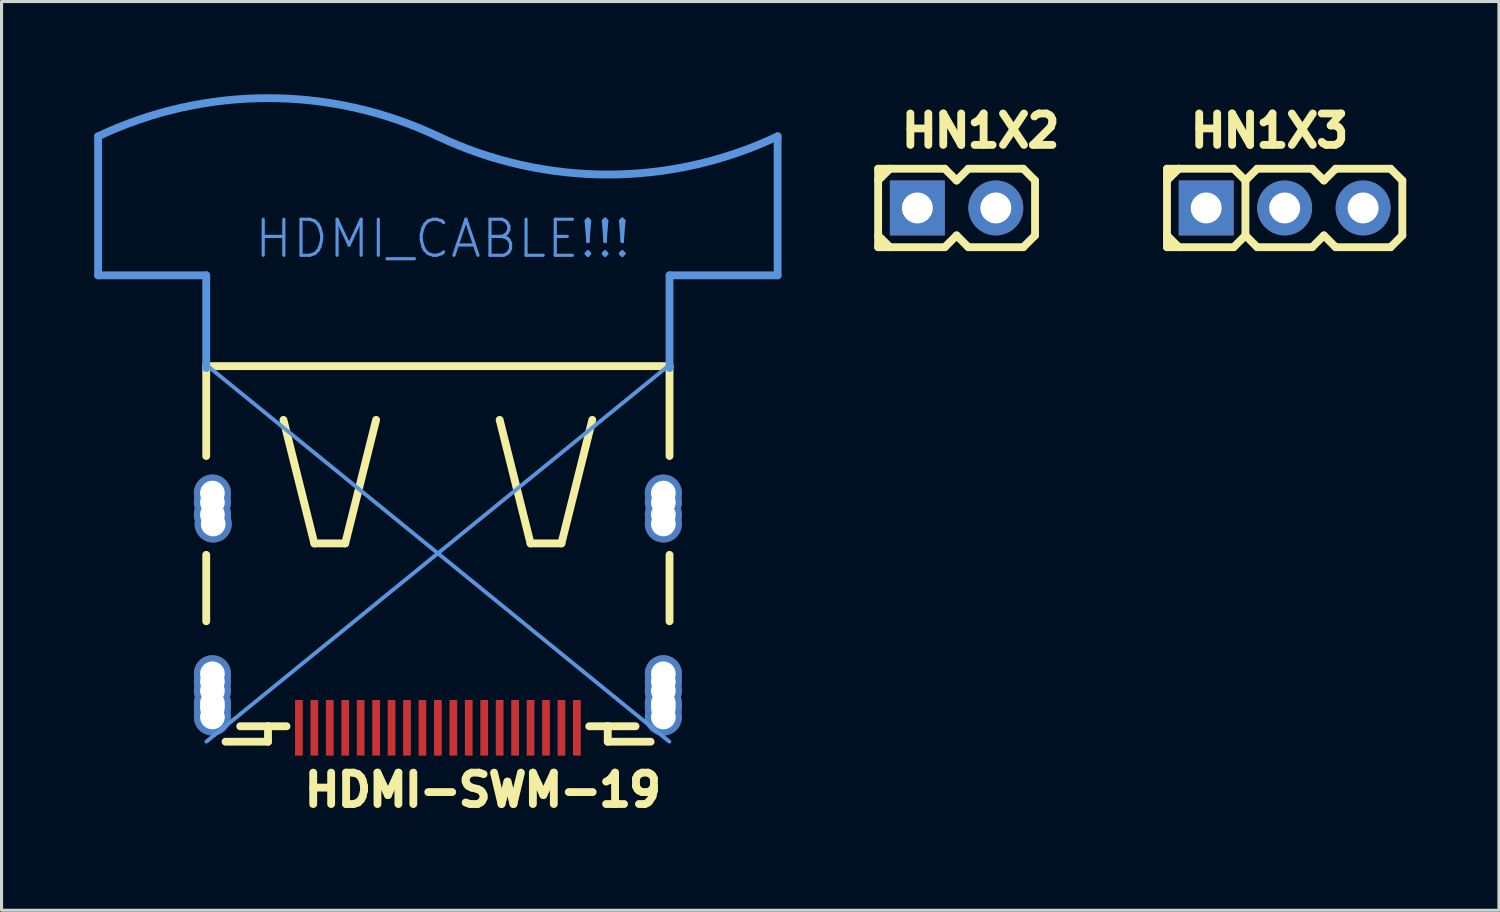
<source format=kicad_pcb>
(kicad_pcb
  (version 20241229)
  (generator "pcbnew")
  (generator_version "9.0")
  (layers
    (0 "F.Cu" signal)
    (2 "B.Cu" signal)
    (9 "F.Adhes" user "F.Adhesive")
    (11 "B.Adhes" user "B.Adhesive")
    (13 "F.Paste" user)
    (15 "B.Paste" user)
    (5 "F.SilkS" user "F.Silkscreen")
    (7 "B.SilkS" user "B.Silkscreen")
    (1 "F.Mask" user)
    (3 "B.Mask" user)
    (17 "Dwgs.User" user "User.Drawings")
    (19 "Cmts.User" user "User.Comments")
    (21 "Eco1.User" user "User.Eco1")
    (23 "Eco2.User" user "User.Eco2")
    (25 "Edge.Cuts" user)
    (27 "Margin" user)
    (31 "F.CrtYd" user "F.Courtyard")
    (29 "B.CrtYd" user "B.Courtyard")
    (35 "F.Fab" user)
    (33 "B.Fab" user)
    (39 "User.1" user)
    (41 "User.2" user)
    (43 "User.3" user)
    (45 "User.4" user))
  (footprint "HN1X3"
    (layer "F.Cu")
    (at 38.543 3.683)
    (property "Reference" "HN1X3" (at -3.175 -1.905 0) (layer "F.SilkS") (effects (font (size 1.016 1.016) (thickness 0.254)) (justify left bottom)))
    (fp_line (start -3.81 -0.889) (end -3.81 -1.27) (stroke (width 0.254) (type solid)) (layer "F.SilkS"))
    (fp_line (start -3.81 -0.889) (end -3.429 -1.27) (stroke (width 0.254) (type solid)) (layer "F.SilkS"))
    (fp_line (start -3.81 0.889) (end -3.81 -0.889) (stroke (width 0.254) (type solid)) (layer "F.SilkS"))
    (fp_line (start -3.81 0.889) (end -3.429 1.27) (stroke (width 0.254) (type solid)) (layer "F.SilkS"))
    (fp_line (start -3.81 1.27) (end -3.81 0.889) (stroke (width 0.254) (type solid)) (layer "F.SilkS"))
    (fp_line (start -3.81 1.27) (end -3.429 1.27) (stroke (width 0.254) (type solid)) (layer "F.SilkS"))
    (fp_line (start -3.429 -1.27) (end -3.81 -1.27) (stroke (width 0.254) (type solid)) (layer "F.SilkS"))
    (fp_line (start -3.429 -1.27) (end -1.651 -1.27) (stroke (width 0.254) (type solid)) (layer "F.SilkS"))
    (fp_line (start -3.429 1.27) (end -1.651 1.27) (stroke (width 0.254) (type solid)) (layer "F.SilkS"))
    (fp_line (start -1.651 -1.27) (end -1.27 -0.889) (stroke (width 0.254) (type solid)) (layer "F.SilkS"))
    (fp_line (start -1.27 -0.889) (end -1.27 0.889) (stroke (width 0.254) (type solid)) (layer "F.SilkS"))
    (fp_line (start -1.27 -0.889) (end -0.889 -1.27) (stroke (width 0.254) (type solid)) (layer "F.SilkS"))
    (fp_line (start -1.27 0.889) (end -1.651 1.27) (stroke (width 0.254) (type solid)) (layer "F.SilkS"))
    (fp_line (start -1.27 0.889) (end -0.889 1.27) (stroke (width 0.254) (type solid)) (layer "F.SilkS"))
    (fp_line (start -0.889 -1.27) (end 0.889 -1.27) (stroke (width 0.254) (type solid)) (layer "F.SilkS"))
    (fp_line (start 0.889 1.27) (end -0.889 1.27) (stroke (width 0.254) (type solid)) (layer "F.SilkS"))
    (fp_line (start 1.27 -0.889) (end 0.889 -1.27) (stroke (width 0.254) (type solid)) (layer "F.SilkS"))
    (fp_line (start 1.27 -0.889) (end 1.651 -1.27) (stroke (width 0.254) (type solid)) (layer "F.SilkS"))
    (fp_line (start 1.27 0.889) (end 0.889 1.27) (stroke (width 0.254) (type solid)) (layer "F.SilkS"))
    (fp_line (start 1.27 0.889) (end 1.651 1.27) (stroke (width 0.254) (type solid)) (layer "F.SilkS"))
    (fp_line (start 1.651 -1.27) (end 3.429 -1.27) (stroke (width 0.254) (type solid)) (layer "F.SilkS"))
    (fp_line (start 3.429 1.27) (end 1.651 1.27) (stroke (width 0.254) (type solid)) (layer "F.SilkS"))
    (fp_line (start 3.429 1.27) (end 3.81 0.889) (stroke (width 0.254) (type solid)) (layer "F.SilkS"))
    (fp_line (start 3.81 -0.889) (end 3.429 -1.27) (stroke (width 0.254) (type solid)) (layer "F.SilkS"))
    (fp_line (start 3.81 -0.889) (end 3.81 0.889) (stroke (width 0.254) (type solid)) (layer "F.SilkS"))
    (pad "1" thru_hole rect (at -2.54 0) (size 1.778 1.778) (drill 1) (layers "*.Cu" "*.Mask"))
    (pad "2" thru_hole circle (at 0 0) (size 1.778 1.778) (drill 1) (layers "*.Cu" "*.Mask"))
    (pad "3" thru_hole circle (at 2.54 0) (size 1.778 1.778) (drill 1) (layers "*.Cu" "*.Mask")))
  (footprint "HN1X2"
    (layer "F.Cu")
    (at 27.921 3.683)
    (property "Reference" "HN1X2" (at -1.905 -1.905 0) (layer "F.SilkS") (effects (font (size 1.016 1.016) (thickness 0.254)) (justify left bottom)))
    (fp_line (start -2.54 -0.889) (end -2.54 -1.27) (stroke (width 0.254) (type solid)) (layer "F.SilkS"))
    (fp_line (start -2.54 -0.889) (end -2.159 -1.27) (stroke (width 0.254) (type solid)) (layer "F.SilkS"))
    (fp_line (start -2.54 0.889) (end -2.54 -0.889) (stroke (width 0.254) (type solid)) (layer "F.SilkS"))
    (fp_line (start -2.54 0.889) (end -2.159 1.27) (stroke (width 0.254) (type solid)) (layer "F.SilkS"))
    (fp_line (start -2.54 1.27) (end -2.54 0.889) (stroke (width 0.254) (type solid)) (layer "F.SilkS"))
    (fp_line (start -2.54 1.27) (end -2.159 1.27) (stroke (width 0.254) (type solid)) (layer "F.SilkS"))
    (fp_line (start -2.159 -1.27) (end -2.54 -1.27) (stroke (width 0.254) (type solid)) (layer "F.SilkS"))
    (fp_line (start -2.159 -1.27) (end -0.381 -1.27) (stroke (width 0.254) (type solid)) (layer "F.SilkS"))
    (fp_line (start -2.159 1.27) (end -0.381 1.27) (stroke (width 0.254) (type solid)) (layer "F.SilkS"))
    (fp_line (start -0.381 -1.27) (end 0 -0.889) (stroke (width 0.254) (type solid)) (layer "F.SilkS"))
    (fp_line (start 0 -0.889) (end 0.381 -1.27) (stroke (width 0.254) (type solid)) (layer "F.SilkS"))
    (fp_line (start 0 0.889) (end -0.381 1.27) (stroke (width 0.254) (type solid)) (layer "F.SilkS"))
    (fp_line (start 0 0.889) (end 0.381 1.27) (stroke (width 0.254) (type solid)) (layer "F.SilkS"))
    (fp_line (start 0.381 -1.27) (end 2.159 -1.27) (stroke (width 0.254) (type solid)) (layer "F.SilkS"))
    (fp_line (start 2.159 1.27) (end 0.381 1.27) (stroke (width 0.254) (type solid)) (layer "F.SilkS"))
    (fp_line (start 2.54 -0.889) (end 2.159 -1.27) (stroke (width 0.254) (type solid)) (layer "F.SilkS"))
    (fp_line (start 2.54 -0.889) (end 2.54 0.889) (stroke (width 0.254) (type solid)) (layer "F.SilkS"))
    (fp_line (start 2.54 0.889) (end 2.159 1.27) (stroke (width 0.254) (type solid)) (layer "F.SilkS"))
    (pad "1" thru_hole rect (at -1.27 0) (size 1.778 1.778) (drill 1) (layers "*.Cu" "*.Mask"))
    (pad "2" thru_hole circle (at 1.27 0) (size 1.778 1.778) (drill 1) (layers "*.Cu" "*.Mask")))
  (footprint "HDMI-SWM-19"
    (layer "F.Cu")
    (at 11.127 14.864)
    (property "Reference" "HDMI-SWM-19" (at -4.445 8.255 0) (layer "F.SilkS") (effects (font (size 1.016 1.016) (thickness 0.254)) (justify left bottom)))
    (fp_line (start -7.5 -6.06) (end 7.5 -6.06) (stroke (width 0.254) (type solid)) (layer "F.SilkS"))
    (fp_line (start -7.5 -3.15) (end -7.5 -6.06) (stroke (width 0.254) (type solid)) (layer "F.SilkS"))
    (fp_line (start -7.5 2.2) (end -7.5 0.05) (stroke (width 0.254) (type solid)) (layer "F.SilkS"))
    (fp_line (start -6.875 6.1) (end -5.5 6.1) (stroke (width 0.254) (type solid)) (layer "F.SilkS"))
    (fp_line (start -5.5 5.6) (end -6.4 5.6) (stroke (width 0.254) (type solid)) (layer "F.SilkS"))
    (fp_line (start -5.5 6.1) (end -5.5 5.6) (stroke (width 0.254) (type solid)) (layer "F.SilkS"))
    (fp_line (start -4.9 5.6) (end -5.5 5.6) (stroke (width 0.254) (type solid)) (layer "F.SilkS"))
    (fp_line (start -4 -0.32) (end -5 -4.32) (stroke (width 0.254) (type solid)) (layer "F.SilkS"))
    (fp_line (start -3 -0.32) (end -4 -0.32) (stroke (width 0.254) (type solid)) (layer "F.SilkS"))
    (fp_line (start -2 -4.32) (end -3 -0.32) (stroke (width 0.254) (type solid)) (layer "F.SilkS"))
    (fp_line (start 2 -4.32) (end 3 -0.32) (stroke (width 0.254) (type solid)) (layer "F.SilkS"))
    (fp_line (start 3 -0.32) (end 4 -0.32) (stroke (width 0.254) (type solid)) (layer "F.SilkS"))
    (fp_line (start 4 -0.32) (end 5 -4.32) (stroke (width 0.254) (type solid)) (layer "F.SilkS"))
    (fp_line (start 5.5 5.6) (end 4.9 5.6) (stroke (width 0.254) (type solid)) (layer "F.SilkS"))
    (fp_line (start 5.5 5.6) (end 5.5 6.1) (stroke (width 0.254) (type solid)) (layer "F.SilkS"))
    (fp_line (start 5.5 6.1) (end 6.888 6.1) (stroke (width 0.254) (type solid)) (layer "F.SilkS"))
    (fp_line (start 6.4 5.6) (end 5.5 5.6) (stroke (width 0.254) (type solid)) (layer "F.SilkS"))
    (fp_line (start 7.5 -6.06) (end 7.5 -3.15) (stroke (width 0.254) (type solid)) (layer "F.SilkS"))
    (fp_line (start 7.5 0.05) (end 7.5 2.2) (stroke (width 0.254) (type solid)) (layer "F.SilkS"))
    (fp_poly (pts (xy -4.615 6.55) (xy -4.385 6.55) (xy -4.385 4.75) (xy -4.615 4.75)) (stroke (width 0) (type solid)) (fill yes) (layer "F.Paste"))
    (fp_poly (pts (xy -4.115 6.55) (xy -3.885 6.55) (xy -3.885 4.75) (xy -4.115 4.75)) (stroke (width 0) (type solid)) (fill yes) (layer "F.Paste"))
    (fp_poly (pts (xy -3.615 6.55) (xy -3.385 6.55) (xy -3.385 4.75) (xy -3.615 4.75)) (stroke (width 0) (type solid)) (fill yes) (layer "F.Paste"))
    (fp_poly (pts (xy -3.115 6.55) (xy -2.885 6.55) (xy -2.885 4.75) (xy -3.115 4.75)) (stroke (width 0) (type solid)) (fill yes) (layer "F.Paste"))
    (fp_poly (pts (xy -2.615 6.55) (xy -2.385 6.55) (xy -2.385 4.75) (xy -2.615 4.75)) (stroke (width 0) (type solid)) (fill yes) (layer "F.Paste"))
    (fp_poly (pts (xy -2.115 6.55) (xy -1.885 6.55) (xy -1.885 4.75) (xy -2.115 4.75)) (stroke (width 0) (type solid)) (fill yes) (layer "F.Paste"))
    (fp_poly (pts (xy -1.615 6.55) (xy -1.385 6.55) (xy -1.385 4.75) (xy -1.615 4.75)) (stroke (width 0) (type solid)) (fill yes) (layer "F.Paste"))
    (fp_poly (pts (xy -1.115 6.55) (xy -0.885 6.55) (xy -0.885 4.75) (xy -1.115 4.75)) (stroke (width 0) (type solid)) (fill yes) (layer "F.Paste"))
    (fp_poly (pts (xy -0.615 6.55) (xy -0.385 6.55) (xy -0.385 4.75) (xy -0.615 4.75)) (stroke (width 0) (type solid)) (fill yes) (layer "F.Paste"))
    (fp_poly (pts (xy -0.115 6.55) (xy 0.115 6.55) (xy 0.115 4.75) (xy -0.115 4.75)) (stroke (width 0) (type solid)) (fill yes) (layer "F.Paste"))
    (fp_poly (pts (xy 0.385 6.55) (xy 0.615 6.55) (xy 0.615 4.75) (xy 0.385 4.75)) (stroke (width 0) (type solid)) (fill yes) (layer "F.Paste"))
    (fp_poly (pts (xy 0.885 6.55) (xy 1.115 6.55) (xy 1.115 4.75) (xy 0.885 4.75)) (stroke (width 0) (type solid)) (fill yes) (layer "F.Paste"))
    (fp_poly (pts (xy 1.385 6.55) (xy 1.615 6.55) (xy 1.615 4.75) (xy 1.385 4.75)) (stroke (width 0) (type solid)) (fill yes) (layer "F.Paste"))
    (fp_poly (pts (xy 1.885 6.55) (xy 2.115 6.55) (xy 2.115 4.75) (xy 1.885 4.75)) (stroke (width 0) (type solid)) (fill yes) (layer "F.Paste"))
    (fp_poly (pts (xy 2.385 6.55) (xy 2.615 6.55) (xy 2.615 4.75) (xy 2.385 4.75)) (stroke (width 0) (type solid)) (fill yes) (layer "F.Paste"))
    (fp_poly (pts (xy 2.885 6.55) (xy 3.115 6.55) (xy 3.115 4.75) (xy 2.885 4.75)) (stroke (width 0) (type solid)) (fill yes) (layer "F.Paste"))
    (fp_poly (pts (xy 3.385 6.55) (xy 3.615 6.55) (xy 3.615 4.75) (xy 3.385 4.75)) (stroke (width 0) (type solid)) (fill yes) (layer "F.Paste"))
    (fp_poly (pts (xy 3.885 6.55) (xy 4.115 6.55) (xy 4.115 4.75) (xy 3.885 4.75)) (stroke (width 0) (type solid)) (fill yes) (layer "F.Paste"))
    (fp_poly (pts (xy 4.385 6.55) (xy 4.615 6.55) (xy 4.615 4.75) (xy 4.385 4.75)) (stroke (width 0) (type solid)) (fill yes) (layer "F.Paste"))
    (fp_line (start -11 -9) (end -11 -13.5) (stroke (width 0.254) (type solid)) (layer "Cmts.User"))
    (fp_line (start -7.5 -9) (end -11 -9) (stroke (width 0.254) (type solid)) (layer "Cmts.User"))
    (fp_line (start -7.5 -6) (end -7.5 -9) (stroke (width 0.254) (type solid)) (layer "Cmts.User"))
    (fp_line (start -7.493 -6.096) (end 7.493 6.096) (stroke (width 0.127) (type solid)) (layer "Cmts.User"))
    (fp_line (start 7.493 -6.096) (end -7.493 6.096) (stroke (width 0.127) (type solid)) (layer "Cmts.User"))
    (fp_line (start 7.5 -6) (end 7.5 -9) (stroke (width 0.254) (type solid)) (layer "Cmts.User"))
    (fp_line (start 11 -9) (end 7.5 -9) (stroke (width 0.254) (type solid)) (layer "Cmts.User"))
    (fp_line (start 11 -9) (end 11 -13.5) (stroke (width 0.254) (type solid)) (layer "Cmts.User"))
    (fp_arc (start -11 -13.5) (mid -5.5 -14.736775) (end 0.000001 -13.5) (stroke (width 0.254) (type solid)) (layer "Cmts.User"))
    (fp_arc (start 11 -13.5) (mid 5.5 -12.263283) (end 0 -13.5) (stroke (width 0.254) (type solid)) (layer "Cmts.User"))
    (fp_text user "HDMI_CABLE!!!" (at -6 -9.5 0) (layer "Cmts.User") (effects (font (size 1.168 1.168) (thickness 0.102)) (justify left bottom)))
    (pad "1" smd rect (at -4.5 5.65 90) (size 1.8 0.25) (layers "F.Cu" "F.Mask"))
    (pad "2" smd rect (at -4 5.65 90) (size 1.8 0.25) (layers "F.Cu" "F.Mask"))
    (pad "3" smd rect (at -3.5 5.65 90) (size 1.8 0.25) (layers "F.Cu" "F.Mask"))
    (pad "4" smd rect (at -3 5.65 90) (size 1.8 0.25) (layers "F.Cu" "F.Mask"))
    (pad "5" smd rect (at -2.5 5.65 90) (size 1.8 0.25) (layers "F.Cu" "F.Mask"))
    (pad "6" smd rect (at -2 5.65 90) (size 1.8 0.25) (layers "F.Cu" "F.Mask"))
    (pad "7" smd rect (at -1.5 5.65 90) (size 1.8 0.25) (layers "F.Cu" "F.Mask"))
    (pad "8" smd rect (at -1 5.65 90) (size 1.8 0.25) (layers "F.Cu" "F.Mask"))
    (pad "9" smd rect (at -0.5 5.65 90) (size 1.8 0.25) (layers "F.Cu" "F.Mask"))
    (pad "10" smd rect (at 0 5.65 90) (size 1.8 0.25) (layers "F.Cu" "F.Mask"))
    (pad "11" smd rect (at 0.5 5.65 90) (size 1.8 0.25) (layers "F.Cu" "F.Mask"))
    (pad "12" smd rect (at 1 5.65 90) (size 1.8 0.25) (layers "F.Cu" "F.Mask"))
    (pad "13" smd rect (at 1.5 5.65 90) (size 1.8 0.25) (layers "F.Cu" "F.Mask"))
    (pad "14" smd rect (at 2 5.65 90) (size 1.8 0.25) (layers "F.Cu" "F.Mask"))
    (pad "15" smd rect (at 2.5 5.65 90) (size 1.8 0.25) (layers "F.Cu" "F.Mask"))
    (pad "16" smd rect (at 3 5.65 90) (size 1.8 0.25) (layers "F.Cu" "F.Mask"))
    (pad "17" smd rect (at 3.5 5.65 90) (size 1.8 0.25) (layers "F.Cu" "F.Mask"))
    (pad "18" smd rect (at 4 5.65 90) (size 1.8 0.25) (layers "F.Cu" "F.Mask"))
    (pad "19" smd rect (at 4.5 5.65 90) (size 1.8 0.25) (layers "F.Cu" "F.Mask"))
    (pad "P$5" thru_hole circle (at -7.3 4.85 180) (size 1.2 1.2) (drill 0.8) (layers "*.Cu" "*.Mask"))
    (pad "P$7" thru_hole circle (at -7.3 -1.25 180) (size 1.2 1.2) (drill 0.8) (layers "*.Cu" "*.Mask"))
    (pad "P$9" thru_hole circle (at 7.3 -1.25 180) (size 1.2 1.2) (drill 0.8) (layers "*.Cu" "*.Mask"))
    (pad "P$11" thru_hole circle (at 7.3 4.85 180) (size 1.2 1.2) (drill 0.8) (layers "*.Cu" "*.Mask"))
    (pad "P$13" thru_hole circle (at -7.3 4.45 180) (size 1.2 1.2) (drill 0.8) (layers "*.Cu" "*.Mask"))
    (pad "P$15" thru_hole circle (at -7.3 -1.65 180) (size 1.2 1.2) (drill 0.8) (layers "*.Cu" "*.Mask"))
    (pad "P$18" thru_hole circle (at 7.3 -1.65 180) (size 1.2 1.2) (drill 0.8) (layers "*.Cu" "*.Mask"))
    (pad "P$20" thru_hole circle (at 7.3 4.45 180) (size 1.2 1.2) (drill 0.8) (layers "*.Cu" "*.Mask"))
    (pad "P$21" thru_hole circle (at -7.3 4.15 180) (size 1.2 1.2) (drill 0.8) (layers "*.Cu" "*.Mask"))
    (pad "P$22" thru_hole circle (at -7.3 5 180) (size 1.2 1.2) (drill 0.8) (layers "*.Cu" "*.Mask"))
    (pad "P$23" thru_hole circle (at 7.3 5 180) (size 1.2 1.2) (drill 0.8) (layers "*.Cu" "*.Mask"))
    (pad "P$24" thru_hole circle (at 7.3 4.15 180) (size 1.2 1.2) (drill 0.8) (layers "*.Cu" "*.Mask"))
    (pad "P$25" thru_hole circle (at -7.3 5.3 180) (size 1.2 1.2) (drill 0.8) (layers "*.Cu" "*.Mask"))
    (pad "P$26" thru_hole circle (at 7.3 5.3 180) (size 1.2 1.2) (drill 0.8) (layers "*.Cu" "*.Mask"))
    (pad "P$27" thru_hole circle (at 7.3 -0.95 180) (size 1.2 1.2) (drill 0.8) (layers "*.Cu" "*.Mask"))
    (pad "P$28" thru_hole circle (at -7.275 -0.95 180) (size 1.2 1.2) (drill 0.8) (layers "*.Cu" "*.Mask"))
    (pad "SH1" thru_hole circle (at -7.3 3.9 180) (size 1.2 1.2) (drill 0.8) (layers "*.Cu" "*.Mask"))
    (pad "SH2" thru_hole circle (at -7.3 -1.95 180) (size 1.2 1.2) (drill 0.8) (layers "*.Cu" "*.Mask"))
    (pad "SH3" thru_hole circle (at 7.3 -1.95 180) (size 1.2 1.2) (drill 0.8) (layers "*.Cu" "*.Mask"))
    (pad "SH4" thru_hole circle (at 7.3 3.9 180) (size 1.2 1.2) (drill 0.8) (layers "*.Cu" "*.Mask")))
  (gr_rect
    (start -3 -3)
    (end 45.48 26.421)
    (stroke (width 0.1) (type default))
    (fill no)
    (layer "Edge.Cuts")))
</source>
